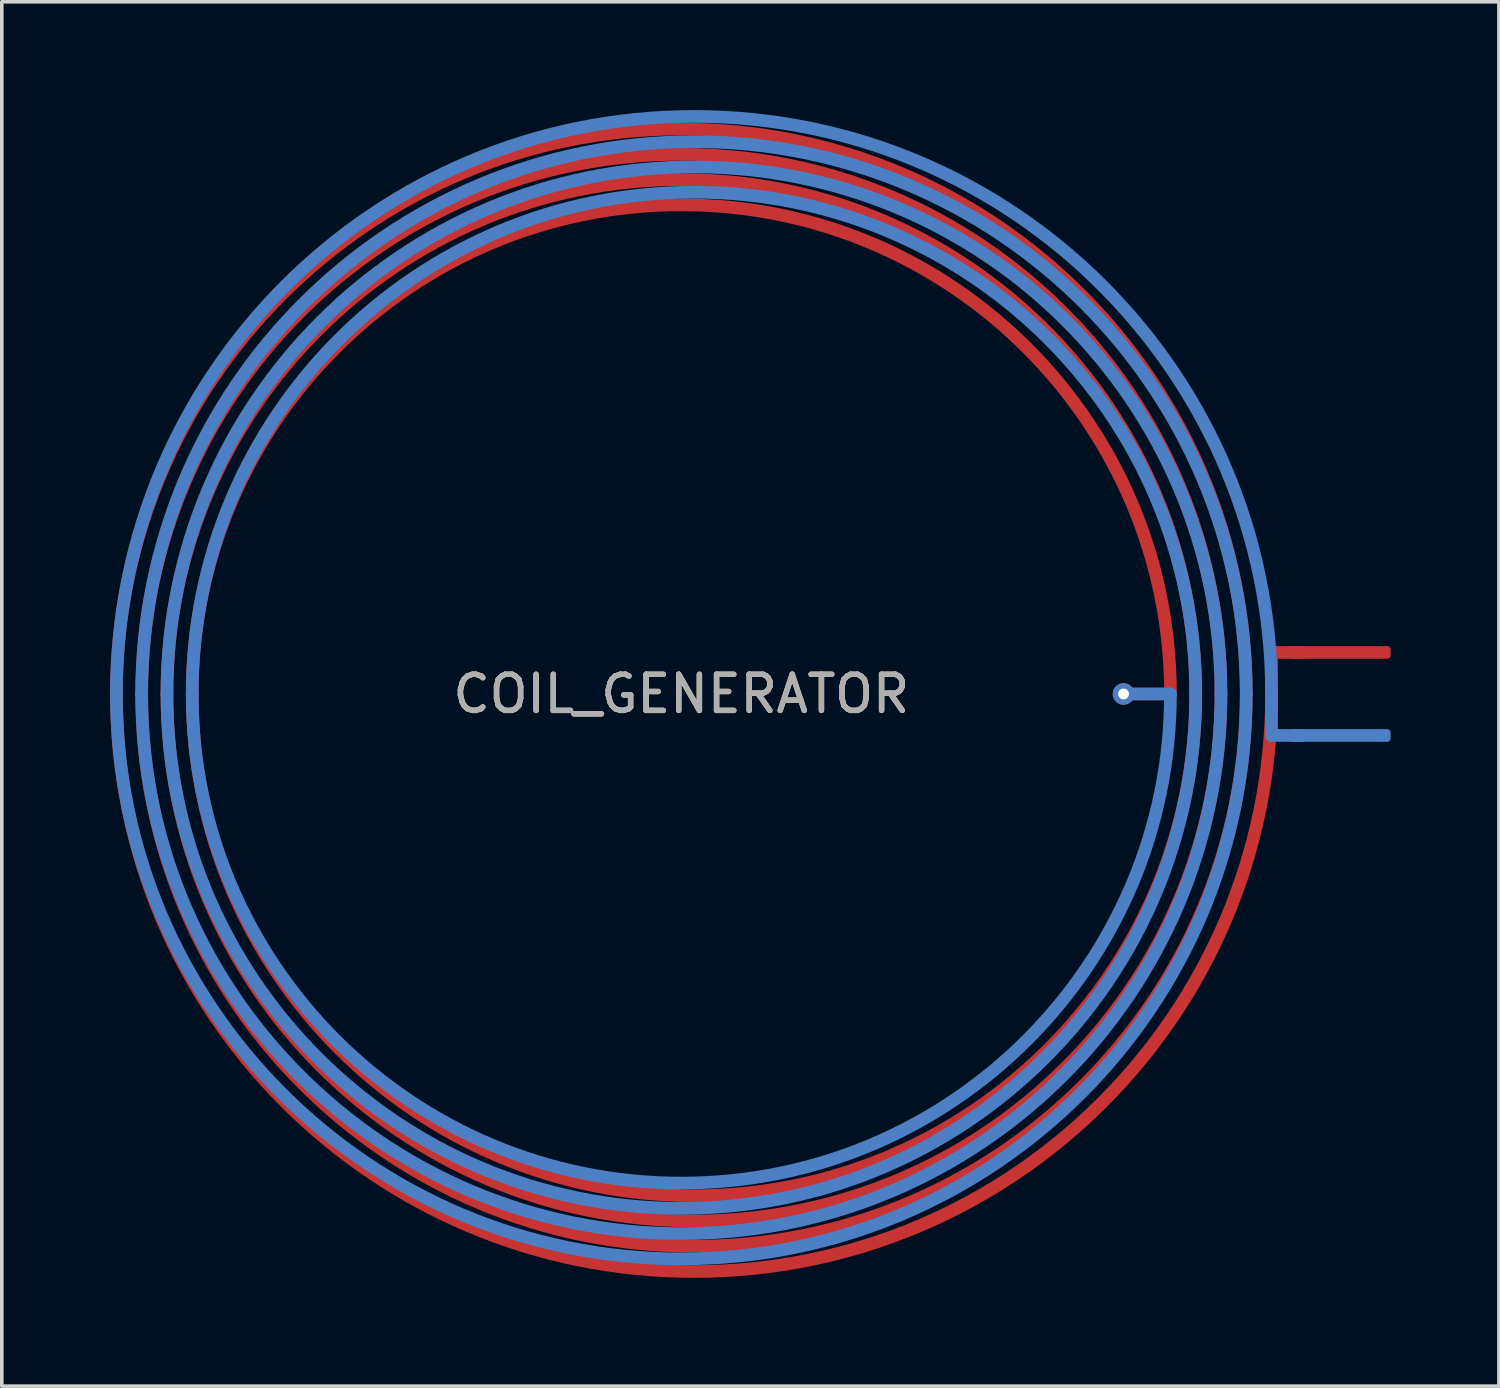
<source format=kicad_pcb>
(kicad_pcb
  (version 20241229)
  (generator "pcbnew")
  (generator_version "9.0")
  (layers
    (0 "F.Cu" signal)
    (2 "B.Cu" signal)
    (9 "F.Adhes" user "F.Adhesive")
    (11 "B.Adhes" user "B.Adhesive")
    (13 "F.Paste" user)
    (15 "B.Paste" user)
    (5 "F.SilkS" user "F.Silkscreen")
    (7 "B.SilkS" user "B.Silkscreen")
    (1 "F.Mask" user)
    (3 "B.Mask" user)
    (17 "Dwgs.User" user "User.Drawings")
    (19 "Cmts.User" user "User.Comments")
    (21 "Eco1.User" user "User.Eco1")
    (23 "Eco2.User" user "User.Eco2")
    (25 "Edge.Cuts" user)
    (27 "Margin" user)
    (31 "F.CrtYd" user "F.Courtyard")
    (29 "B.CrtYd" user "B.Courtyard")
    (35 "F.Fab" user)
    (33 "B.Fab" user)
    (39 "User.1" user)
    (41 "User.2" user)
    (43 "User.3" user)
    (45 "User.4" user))
  (footprint "COIL_GENERATOR"
    (layer "F.Cu")
    (at 15.825 16.175)
    (property "Reference" "COIL_GENERATOR" (at 0 0 0) (unlocked yes) (layer "F.SilkS") (effects (font (size 1 1) (thickness 0.15))))
    (attr smd exclude_from_pos_files exclude_from_bom allow_missing_courtyard)
    (fp_line (start 13.55 0) (end 12.25 0) (stroke (width 0.35) (type default)) (layer "F.Cu"))
    (fp_line (start 16.35 -1.15) (end 17.2 -1.15) (stroke (width 0.35) (type default)) (layer "F.Cu"))
    (fp_line (start 16.35 0) (end 16.35 -1.15) (stroke (width 0.35) (type default)) (layer "F.Cu"))
    (fp_arc (start -15.65 0) (mid 0 -15.65) (end 15.65 0) (stroke (width 0.35) (type default)) (layer "F.Cu"))
    (fp_arc (start -14.95 0) (mid 0 -14.95) (end 14.95 0) (stroke (width 0.35) (type default)) (layer "F.Cu"))
    (fp_arc (start -14.25 0) (mid 0 -14.25) (end 14.25 0) (stroke (width 0.35) (type default)) (layer "F.Cu"))
    (fp_arc (start -13.55 0) (mid 0 -13.55) (end 13.55 0) (stroke (width 0.35) (type default)) (layer "F.Cu"))
    (fp_arc (start 14.25 0) (mid 0.35 13.9) (end -13.55 0) (stroke (width 0.35) (type default)) (layer "F.Cu"))
    (fp_arc (start 14.95 0) (mid 0.35 14.6) (end -14.25 0) (stroke (width 0.35) (type default)) (layer "F.Cu"))
    (fp_arc (start 15.65 0) (mid 0.35 15.3) (end -14.95 0) (stroke (width 0.35) (type default)) (layer "F.Cu"))
    (fp_arc (start 16.35 0) (mid 0.35 16) (end -15.65 0) (stroke (width 0.35) (type default)) (layer "F.Cu"))
    (fp_line (start 13.55 0) (end 12.25 0) (stroke (width 0.35) (type default)) (layer "B.Cu"))
    (fp_line (start 16.35 0) (end 16.35 1.15) (stroke (width 0.35) (type default)) (layer "B.Cu"))
    (fp_line (start 16.35 1.15) (end 17.2 1.15) (stroke (width 0.35) (type default)) (layer "B.Cu"))
    (fp_arc (start -15.65 0) (mid 0.35 -16) (end 16.35 0) (stroke (width 0.35) (type default)) (layer "B.Cu"))
    (fp_arc (start -14.95 0) (mid 0.35 -15.3) (end 15.65 0) (stroke (width 0.35) (type default)) (layer "B.Cu"))
    (fp_arc (start -14.25 0) (mid 0.35 -14.6) (end 14.95 0) (stroke (width 0.35) (type default)) (layer "B.Cu"))
    (fp_arc (start -13.55 0) (mid 0.35 -13.9) (end 14.25 0) (stroke (width 0.35) (type default)) (layer "B.Cu"))
    (fp_arc (start 13.55 0) (mid 0 13.55) (end -13.55 0) (stroke (width 0.35) (type default)) (layer "B.Cu"))
    (fp_arc (start 14.25 0) (mid 0 14.25) (end -14.25 0) (stroke (width 0.35) (type default)) (layer "B.Cu"))
    (fp_arc (start 14.95 0) (mid 0 14.95) (end -14.95 0) (stroke (width 0.35) (type default)) (layer "B.Cu"))
    (fp_arc (start 15.65 0) (mid 0 15.65) (end -15.65 0) (stroke (width 0.35) (type default)) (layer "B.Cu"))
    (fp_text user "${REFERENCE}" (at 0 0 0) (unlocked yes) (layer "F.Fab") (effects (font (size 1 1) (thickness 0.15))))
    (pad "0" thru_hole circle (at 12.25 0) (size 0.6 0.6) (drill 0.3) (layers "*.Cu") (remove_unused_layers yes) (keep_end_layers yes) (zone_layer_connections))
    (pad "1" smd roundrect (at 18.25 -1.15) (size 2.8 0.35) (layers "F.Cu") (roundrect_rratio 0.25))
    (pad "2" smd roundrect (at 18.25 1.15) (size 2.8 0.35) (layers "B.Cu") (roundrect_rratio 0.25)))
  (gr_rect
    (start -3 -3)
    (end 38.475 35.35)
    (stroke (width 0.1) (type default))
    (fill no)
    (layer "Edge.Cuts")))
</source>
